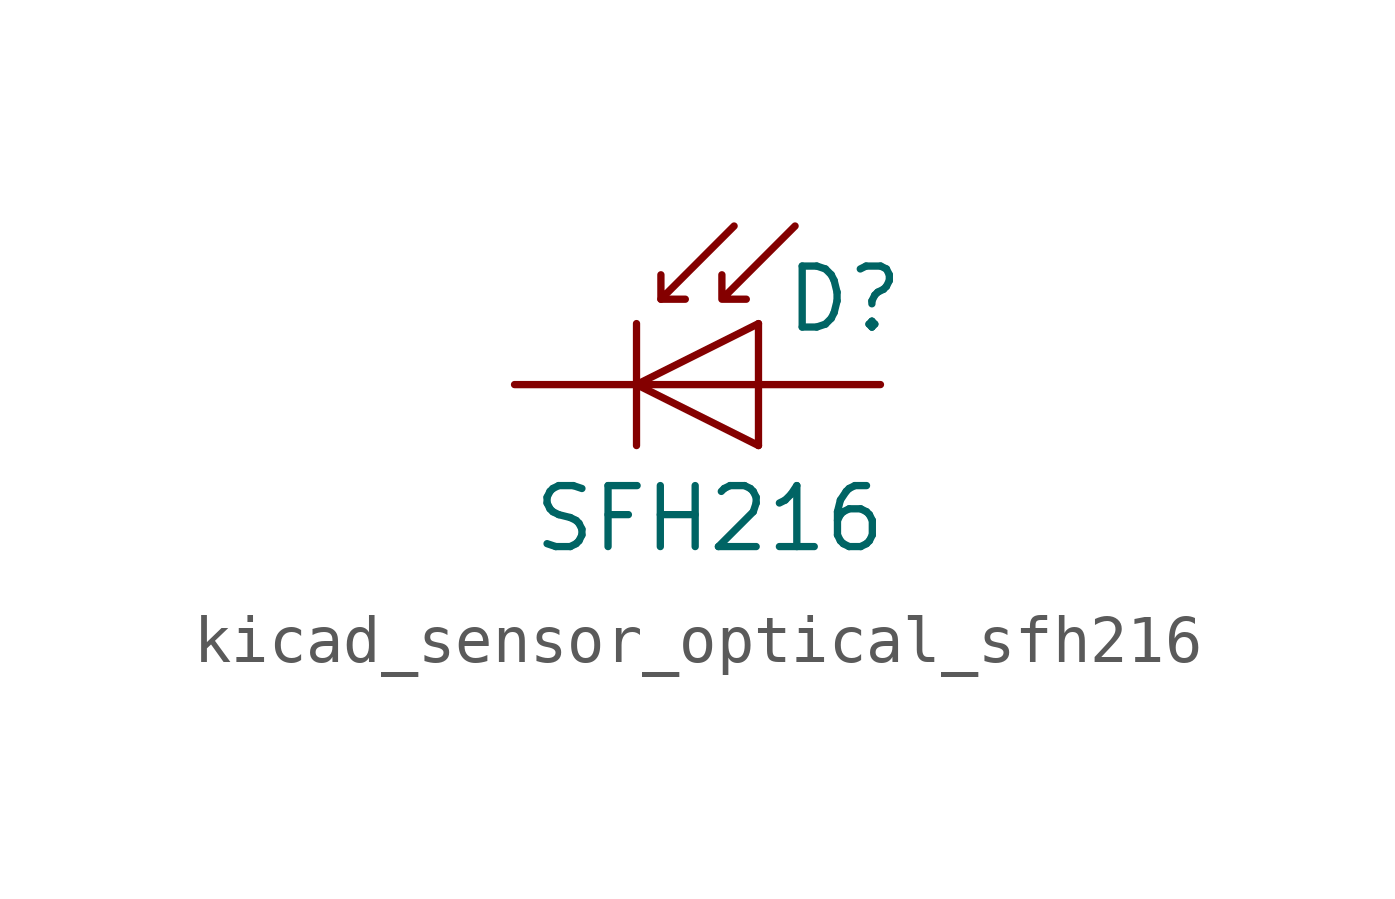
<source format=kicad_sym>
(kicad_symbol_lib
  (version 20220914)
  (generator kicad_symbol_editor)
  (symbol "kicad_sensor_optical_sfh216"
    (pin_numbers hide)
    (pin_names hide)
    (property "Reference" "D"
      (at 0.508 1.778 0)
      (effects (font (size 1.27 1.27)) (justify left)))
    (property "Value" "SFH216"
      (at -1.016 -2.794 0)
      (effects (font (size 1.27 1.27))))
    (symbol "kicad_sensor_optical_sfh216_0_1"
      (polyline (pts (xy -2.54 1.27) (xy -2.54 -1.27)) (stroke (width 0.152) (type default)) (fill (type none)))
      (polyline (pts (xy -2.032 1.778) (xy -1.524 1.778)) (stroke (width 0) (type default)) (fill (type none)))
      (polyline (pts (xy 0 -1.27) (xy 0 1.27)) (stroke (width 0) (type default)) (fill (type none)))
      (polyline (pts (xy 0 0) (xy -2.54 0)) (stroke (width 0) (type default)) (fill (type none)))
      (polyline (pts (xy -0.508 3.302) (xy -2.032 1.778) (xy -2.032 2.286)) (stroke (width 0) (type default)) (fill (type none)))
      (polyline (pts (xy 0 1.27) (xy -2.54 0) (xy 0 -1.27)) (stroke (width 0) (type default)) (fill (type none)))
      (polyline (pts (xy 0.762 3.302) (xy -0.762 1.778) (xy -0.762 2.286) (xy -0.762 1.778) (xy -0.254 1.778)) (stroke (width 0) (type default)) (fill (type none))))
    (symbol "kicad_sensor_optical_sfh216_1_1"
      (pin passive line (at -5.08 0 0) (length 2.54) (name "K" (effects (font (size 1.27 1.27)))) (number "1" (effects (font (size 1.27 1.27)))))
      (pin passive line (at 2.54 0 180) (length 2.54) (name "A" (effects (font (size 1.27 1.27)))) (number "2" (effects (font (size 1.27 1.27))))))))
</source>
